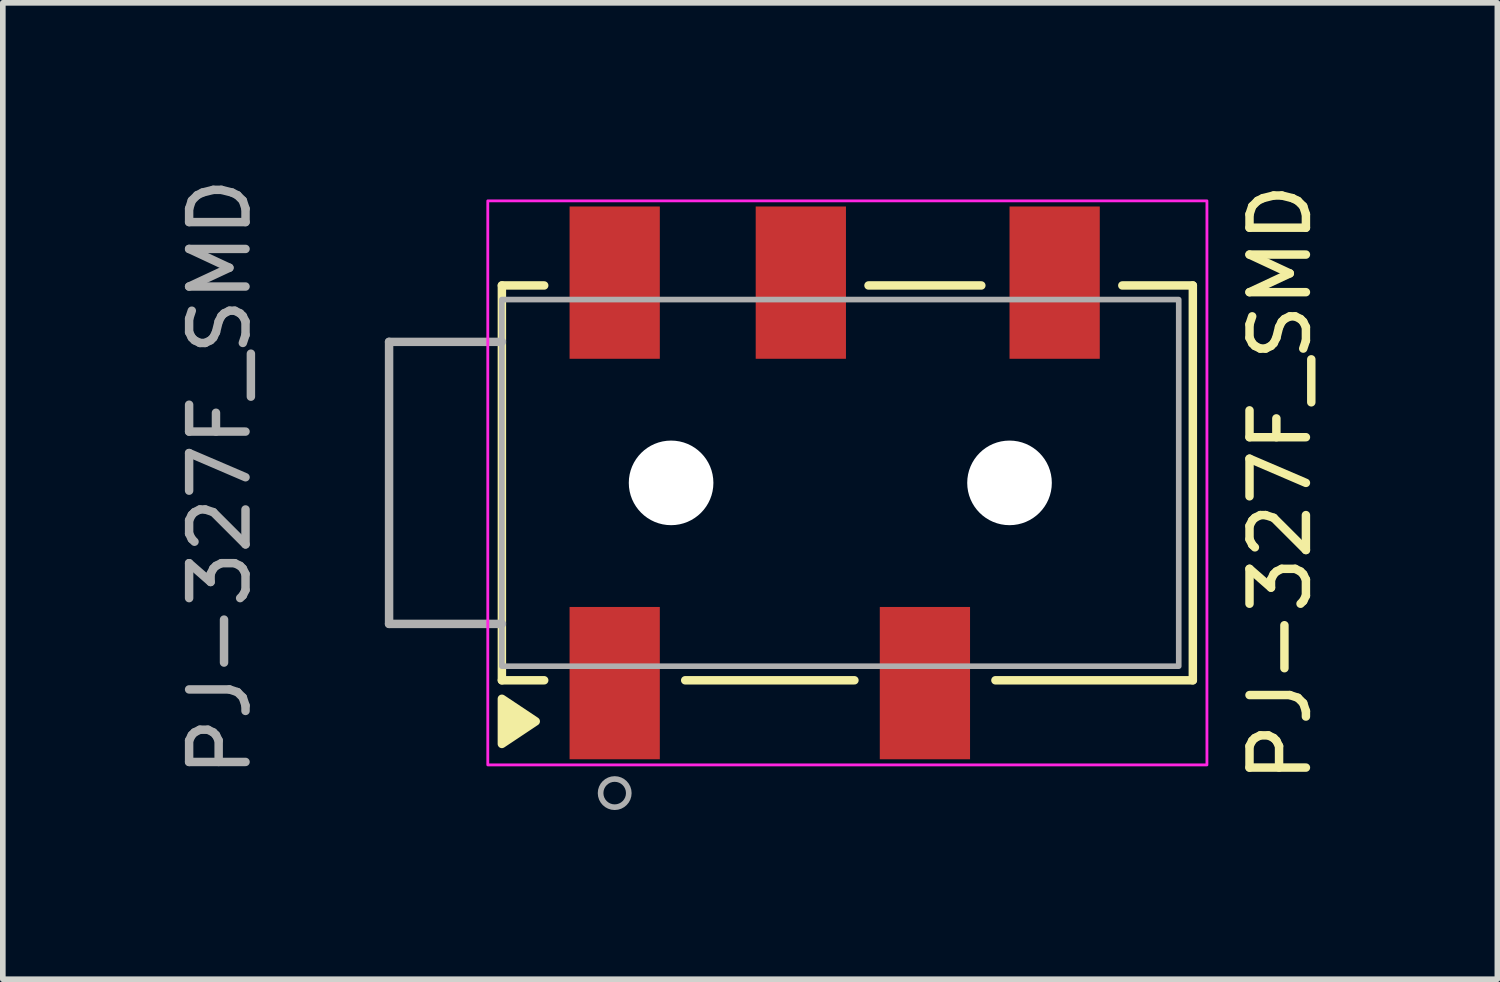
<source format=kicad_pcb>
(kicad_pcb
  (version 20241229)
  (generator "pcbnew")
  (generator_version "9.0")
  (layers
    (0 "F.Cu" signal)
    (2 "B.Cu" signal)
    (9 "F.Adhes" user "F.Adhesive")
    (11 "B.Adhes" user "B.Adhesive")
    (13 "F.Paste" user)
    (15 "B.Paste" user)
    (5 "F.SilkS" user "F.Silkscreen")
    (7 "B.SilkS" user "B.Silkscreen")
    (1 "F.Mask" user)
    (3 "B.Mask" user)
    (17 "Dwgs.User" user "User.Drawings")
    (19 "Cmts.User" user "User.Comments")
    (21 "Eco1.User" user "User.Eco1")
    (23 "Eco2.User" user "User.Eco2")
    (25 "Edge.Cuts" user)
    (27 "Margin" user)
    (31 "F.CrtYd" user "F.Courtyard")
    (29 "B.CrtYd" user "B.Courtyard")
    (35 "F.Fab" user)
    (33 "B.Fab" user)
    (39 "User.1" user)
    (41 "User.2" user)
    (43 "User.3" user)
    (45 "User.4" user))
  (footprint "PJ-327F_SMD"
    (layer "F.Cu")
    (at 5.848 5.511)
    (property "Reference" "PJ-327F_SMD" (at 13.8 0 270) (layer "F.SilkS") (effects (font (size 1 1) (thickness 0.15))))
    (attr smd)
    (fp_line (start 0 -3.5) (end 0 3.5) (stroke (width 0.15) (type default)) (layer "F.SilkS"))
    (fp_line (start 0 -3.5) (end 0.75 -3.5) (stroke (width 0.15) (type default)) (layer "F.SilkS"))
    (fp_line (start 0 3.5) (end 0.75 3.5) (stroke (width 0.15) (type default)) (layer "F.SilkS"))
    (fp_line (start 6.25 3.5) (end 3.25 3.5) (stroke (width 0.15) (type default)) (layer "F.SilkS"))
    (fp_line (start 8.5 -3.5) (end 6.5 -3.5) (stroke (width 0.15) (type default)) (layer "F.SilkS"))
    (fp_line (start 12.25 -3.5) (end 11 -3.5) (stroke (width 0.15) (type default)) (layer "F.SilkS"))
    (fp_line (start 12.25 -3.5) (end 12.25 3.5) (stroke (width 0.15) (type default)) (layer "F.SilkS"))
    (fp_line (start 12.25 3.5) (end 8.75 3.5) (stroke (width 0.15) (type default)) (layer "F.SilkS"))
    (fp_poly (pts (xy 0 3.828) (xy 0 4.628) (xy 0.6 4.228)) (stroke (width 0.15) (type solid)) (fill yes) (layer "F.SilkS"))
    (fp_circle (center 3 0) (end 3 0.29) (stroke (width 0.58) (type solid)) (fill no) (layer "Cmts.User"))
    (fp_circle (center 9 0) (end 9 0.29) (stroke (width 0.58) (type solid)) (fill no) (layer "Cmts.User"))
    (fp_rect (start -0.25 -5) (end 12.5 5) (stroke (width 0.05) (type default)) (fill no) (layer "F.CrtYd"))
    (fp_line (start -2 -2.5) (end -2 2.5) (stroke (width 0.15) (type default)) (layer "F.Fab"))
    (fp_line (start -2 -2.5) (end 0 -2.5) (stroke (width 0.15) (type default)) (layer "F.Fab"))
    (fp_line (start -2 2.5) (end 0 2.5) (stroke (width 0.15) (type default)) (layer "F.Fab"))
    (fp_rect (start 0 -3.25) (end 12 3.25) (stroke (width 0.1) (type default)) (fill no) (layer "F.Fab"))
    (fp_circle (center 2 5.5) (end 2 5.75) (stroke (width 0.1) (type default)) (fill no) (layer "F.Fab"))
    (fp_text user "${REFERENCE}" (at -5 -0.1 270) (layer "F.Fab") (effects (font (size 1 1) (thickness 0.15))))
    (pad "" smd rect (at 2 -3.55) (size 1.4 2.5) (layers "F.Paste"))
    (pad "" smd rect (at 2 3.55) (size 1.4 2.5) (layers "F.Paste"))
    (pad "" np_thru_hole circle (at 3 0 270) (size 1.5 1.5) (drill 1.5) (layers "*.Cu" "*.Mask"))
    (pad "" smd rect (at 5.3 -3.55) (size 1.4 2.5) (layers "F.Paste"))
    (pad "" smd rect (at 7.5 3.55) (size 1.4 2.5) (layers "F.Paste"))
    (pad "" np_thru_hole circle (at 9 0 270) (size 1.5 1.5) (drill 1.5) (layers "*.Cu" "*.Mask"))
    (pad "" smd rect (at 9.8 -3.55) (size 1.4 2.5) (layers "F.Paste"))
    (pad "1" smd rect (at 2 3.55) (size 1.6 2.7) (layers "F.Cu" "F.Mask"))
    (pad "2" smd rect (at 7.5 3.55) (size 1.6 2.7) (layers "F.Cu" "F.Mask"))
    (pad "3" smd rect (at 5.3 -3.55) (size 1.6 2.7) (layers "F.Cu" "F.Mask"))
    (pad "4" smd rect (at 9.8 -3.55) (size 1.6 2.7) (layers "F.Cu" "F.Mask"))
    (pad "5" smd rect (at 2 -3.55) (size 1.6 2.7) (layers "F.Cu" "F.Mask")))
  (gr_rect
    (start -3 -3)
    (end 23.497 14.311)
    (stroke (width 0.1) (type default))
    (fill no)
    (layer "Edge.Cuts")))
</source>
